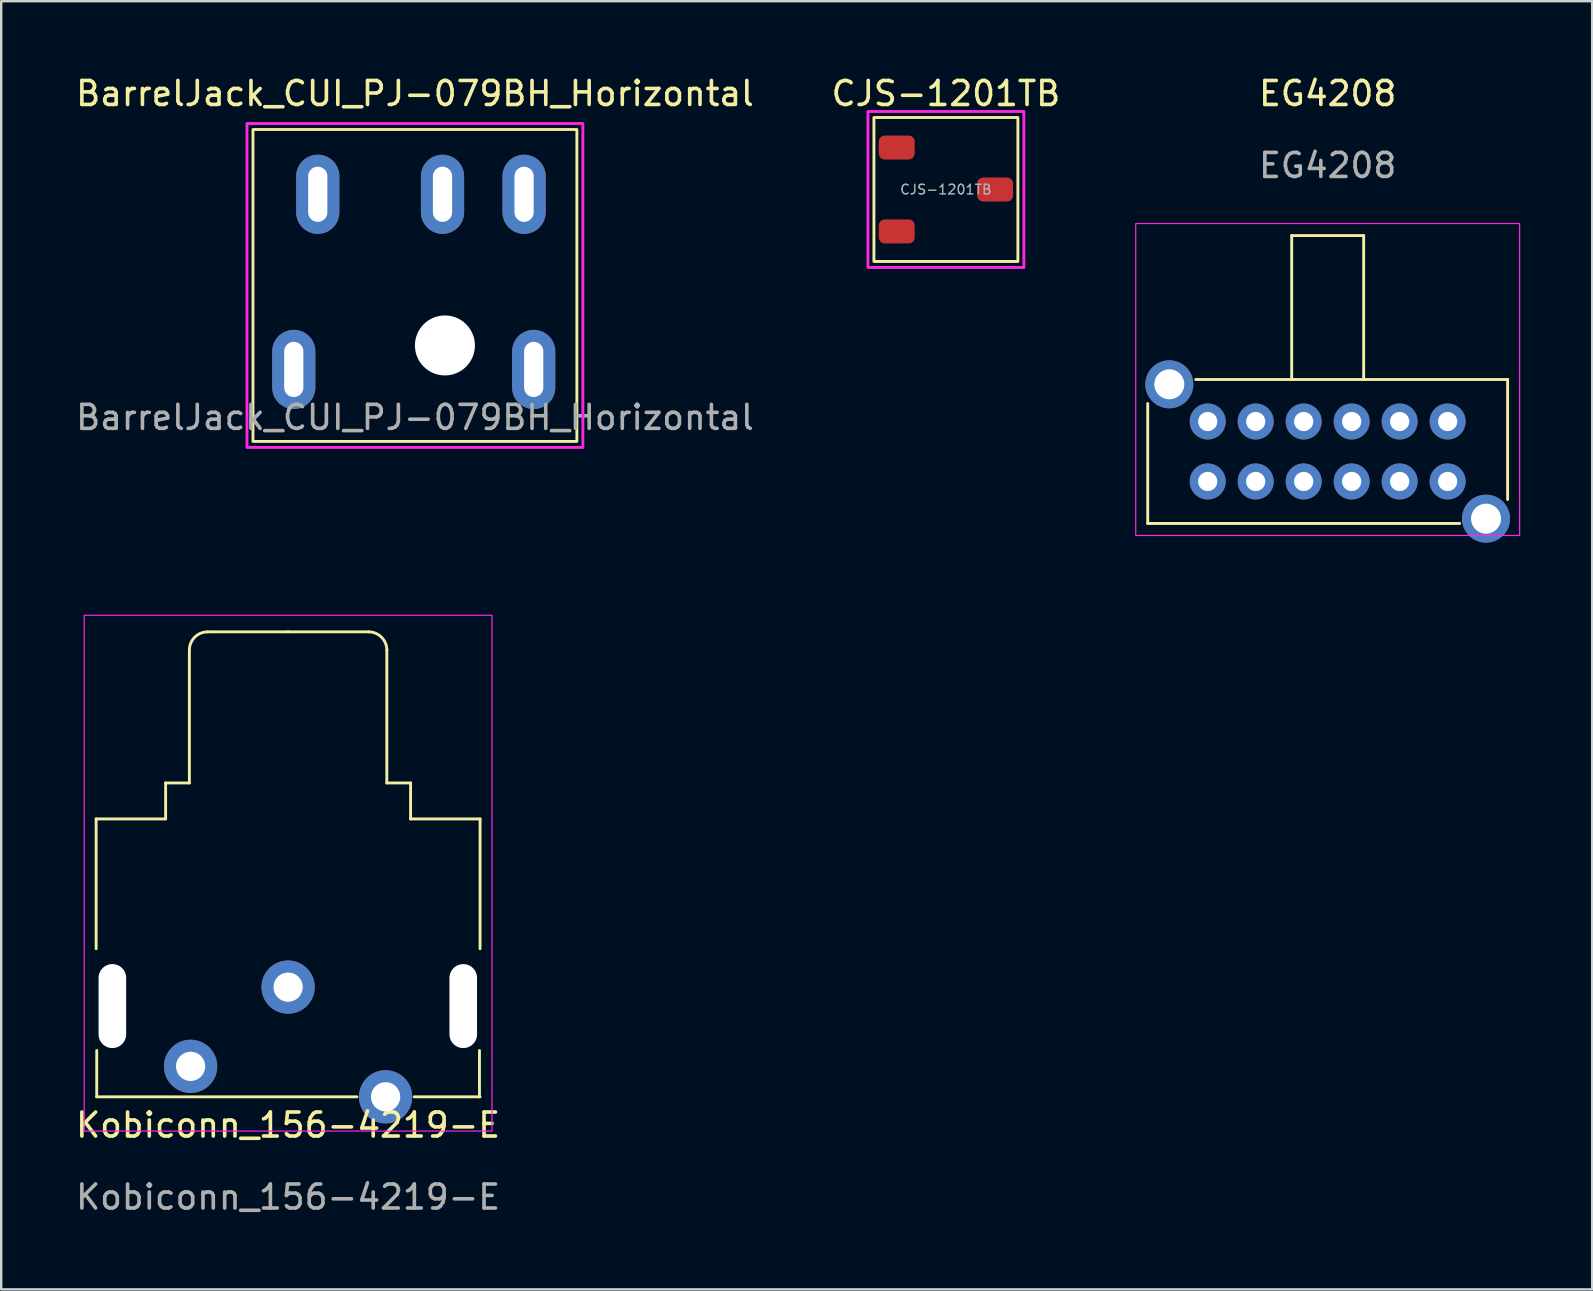
<source format=kicad_pcb>
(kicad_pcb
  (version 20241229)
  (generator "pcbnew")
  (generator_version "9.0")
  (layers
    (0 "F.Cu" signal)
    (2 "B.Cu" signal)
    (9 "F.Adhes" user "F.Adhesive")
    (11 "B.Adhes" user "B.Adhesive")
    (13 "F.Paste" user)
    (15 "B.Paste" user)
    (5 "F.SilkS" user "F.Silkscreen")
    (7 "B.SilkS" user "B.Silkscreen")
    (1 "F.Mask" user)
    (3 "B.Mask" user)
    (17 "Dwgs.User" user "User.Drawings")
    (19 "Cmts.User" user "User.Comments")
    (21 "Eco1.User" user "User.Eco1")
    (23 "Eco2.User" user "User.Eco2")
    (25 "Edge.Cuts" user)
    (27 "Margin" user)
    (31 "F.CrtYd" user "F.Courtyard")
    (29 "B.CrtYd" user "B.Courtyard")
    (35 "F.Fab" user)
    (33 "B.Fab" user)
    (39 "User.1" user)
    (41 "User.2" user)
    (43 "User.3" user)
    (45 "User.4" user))
  (footprint "Kobiconn_156-4219-E"
    (layer "F.Cu")
    (at 8.958 31.083)
    (property "Reference" "Kobiconn_156-4219-E" (at 0 12.76 0) (unlocked yes) (layer "F.SilkS") (effects (font (size 1 1) (thickness 0.15))))
    (attr through_hole)
    (fp_line (start -8.001 0) (end -8.001 5.41) (stroke (width 0.12) (type default)) (layer "F.SilkS"))
    (fp_line (start -7.976 9.652) (end -7.976 11.582) (stroke (width 0.12) (type default)) (layer "F.SilkS"))
    (fp_line (start -7.976 11.582) (end 2.87 11.582) (stroke (width 0.12) (type default)) (layer "F.SilkS"))
    (fp_line (start -5.105 -1.499) (end -5.105 0) (stroke (width 0.12) (type default)) (layer "F.SilkS"))
    (fp_line (start -5.105 0) (end -8.001 0) (stroke (width 0.12) (type default)) (layer "F.SilkS"))
    (fp_line (start -4.115 -7.036) (end -4.115 -1.499) (stroke (width 0.12) (type default)) (layer "F.SilkS"))
    (fp_line (start -4.115 -1.499) (end -5.105 -1.499) (stroke (width 0.12) (type default)) (layer "F.SilkS"))
    (fp_line (start 0 -7.798) (end -3.353 -7.798) (stroke (width 0.12) (type default)) (layer "F.SilkS"))
    (fp_line (start 0 -7.798) (end 3.353 -7.798) (stroke (width 0.12) (type default)) (layer "F.SilkS"))
    (fp_line (start 4.115 -7.036) (end 4.115 -1.499) (stroke (width 0.12) (type default)) (layer "F.SilkS"))
    (fp_line (start 5.105 -1.499) (end 4.115 -1.499) (stroke (width 0.12) (type default)) (layer "F.SilkS"))
    (fp_line (start 5.105 0) (end 5.105 -1.499) (stroke (width 0.12) (type default)) (layer "F.SilkS"))
    (fp_line (start 5.105 0) (end 8.001 0) (stroke (width 0.12) (type default)) (layer "F.SilkS"))
    (fp_line (start 7.976 9.652) (end 7.976 11.582) (stroke (width 0.12) (type default)) (layer "F.SilkS"))
    (fp_line (start 8.001 0) (end 8.001 5.41) (stroke (width 0.12) (type default)) (layer "F.SilkS"))
    (fp_line (start 8.001 11.582) (end 5.258 11.582) (stroke (width 0.12) (type default)) (layer "F.SilkS"))
    (fp_arc (start -4.1148 -7.0358) (mid -3.891615 -7.574615) (end -3.3528 -7.7978) (stroke (width 0.12) (type default)) (layer "F.SilkS"))
    (fp_arc (start 3.3528 -7.7978) (mid 3.891615 -7.574615) (end 4.1148 -7.0358) (stroke (width 0.12) (type default)) (layer "F.SilkS"))
    (fp_rect (start -8.5 -8.49) (end 8.5 13.01) (stroke (width 0.05) (type default)) (fill no) (layer "F.CrtYd"))
    (fp_text user "${REFERENCE}" (at 0 15.76 0) (unlocked yes) (layer "F.Fab") (effects (font (size 1 1) (thickness 0.15))))
    (pad "" np_thru_hole oval (at -7.325 7.8) (size 1.15 3.5) (drill oval 1.15 3.5) (layers "*.Cu" "*.Mask"))
    (pad "" np_thru_hole oval (at 7.3 7.8) (size 1.15 3.5) (drill oval 1.15 3.5) (layers "*.Cu" "*.Mask"))
    (pad "1" thru_hole circle (at 4.064 11.582) (size 2.219 2.219) (drill 1.219) (layers "*.Cu" "*.Mask"))
    (pad "2" thru_hole circle (at -4.064 10.312) (size 2.219 2.219) (drill 1.219) (layers "*.Cu" "*.Mask"))
    (pad "3" thru_hole circle (at 0 7.01) (size 2.219 2.219) (drill 1.219) (layers "*.Cu" "*.Mask")))
  (footprint "CJS-1201TB"
    (layer "F.Cu")
    (at 36.375 4.848)
    (property "Reference" "CJS-1201TB" (at 0 -4 0) (layer "F.SilkS") (effects (font (size 1 1) (thickness 0.15))))
    (attr smd)
    (fp_rect (start -3 -3) (end 3 3) (stroke (width 0.12) (type default)) (fill no) (layer "F.SilkS"))
    (fp_rect (start -3.25 -3.25) (end 3.25 3.25) (stroke (width 0.12) (type default)) (fill no) (layer "F.CrtYd"))
    (fp_text user "${REFERENCE}" (at 0 0 0) (layer "F.Fab") (effects (font (size 0.4 0.4) (thickness 0.06))))
    (pad "1" smd roundrect (at -2.05 -1.75) (size 1.5 1) (layers "F.Cu" "F.Mask" "F.Paste") (roundrect_rratio 0.25))
    (pad "2" smd roundrect (at 2.05 0) (size 1.5 1) (layers "F.Cu" "F.Mask" "F.Paste") (roundrect_rratio 0.25))
    (pad "3" smd roundrect (at -2.05 1.75) (size 1.5 1) (layers "F.Cu" "F.Mask" "F.Paste") (roundrect_rratio 0.25)))
  (footprint "EG4208"
    (layer "F.Cu")
    (at 52.287 15.768)
    (property "Reference" "EG4208" (at 0 -14.92 0) (unlocked yes) (layer "F.SilkS") (effects (font (size 1 1) (thickness 0.15))))
    (attr through_hole)
    (fp_line (start -7.5 3) (end -7.5 -2) (stroke (width 0.12) (type default)) (layer "F.SilkS"))
    (fp_line (start -5.5 -3) (end 7.5 -3) (stroke (width 0.12) (type default)) (layer "F.SilkS"))
    (fp_line (start -1.5 -9) (end 1.5 -9) (stroke (width 0.12) (type default)) (layer "F.SilkS"))
    (fp_line (start -1.5 -3) (end -1.5 -9) (stroke (width 0.12) (type default)) (layer "F.SilkS"))
    (fp_line (start 1.5 -9) (end 1.5 -3) (stroke (width 0.12) (type default)) (layer "F.SilkS"))
    (fp_line (start 5.5 3) (end -7.5 3) (stroke (width 0.12) (type default)) (layer "F.SilkS"))
    (fp_line (start 7.5 -3) (end 7.5 2) (stroke (width 0.12) (type default)) (layer "F.SilkS"))
    (fp_rect (start -8 -9.5) (end 8 3.5) (stroke (width 0.05) (type default)) (fill no) (layer "F.CrtYd"))
    (fp_text user "${REFERENCE}" (at 0 -11.92 0) (unlocked yes) (layer "F.Fab") (effects (font (size 1 1) (thickness 0.15))))
    (pad "1" thru_hole circle (at -5 -1.25) (size 1.5 1.5) (drill 0.8) (layers "*.Cu" "*.Mask"))
    (pad "2" thru_hole circle (at -3 -1.25) (size 1.5 1.5) (drill 0.8) (layers "*.Cu" "*.Mask"))
    (pad "3" thru_hole circle (at -1 -1.25) (size 1.5 1.5) (drill 0.8) (layers "*.Cu" "*.Mask"))
    (pad "4" thru_hole circle (at 1 -1.25) (size 1.5 1.5) (drill 0.8) (layers "*.Cu" "*.Mask"))
    (pad "5" thru_hole circle (at 3 -1.25) (size 1.5 1.5) (drill 0.8) (layers "*.Cu" "*.Mask"))
    (pad "6" thru_hole circle (at 5 -1.25) (size 1.5 1.5) (drill 0.8) (layers "*.Cu" "*.Mask"))
    (pad "7" thru_hole circle (at -5 1.25) (size 1.5 1.5) (drill 0.8) (layers "*.Cu" "*.Mask"))
    (pad "8" thru_hole circle (at -3 1.25) (size 1.5 1.5) (drill 0.8) (layers "*.Cu" "*.Mask"))
    (pad "9" thru_hole circle (at -1 1.25) (size 1.5 1.5) (drill 0.8) (layers "*.Cu" "*.Mask"))
    (pad "10" thru_hole circle (at 1 1.25) (size 1.5 1.5) (drill 0.8) (layers "*.Cu" "*.Mask"))
    (pad "11" thru_hole circle (at 3 1.25) (size 1.5 1.5) (drill 0.8) (layers "*.Cu" "*.Mask"))
    (pad "12" thru_hole circle (at 5 1.25) (size 1.5 1.5) (drill 0.8) (layers "*.Cu" "*.Mask"))
    (pad "G" thru_hole circle (at -6.6 -2.8) (size 2 2) (drill 1.25) (layers "*.Cu" "*.Mask"))
    (pad "G" thru_hole circle (at 6.6 2.8) (size 2 2) (drill 1.25) (layers "*.Cu" "*.Mask")))
  (footprint "BarrelJack_CUI_PJ-079BH_Horizontal"
    (layer "F.Cu")
    (at 14.244 8.848)
    (property "Reference" "BarrelJack_CUI_PJ-079BH_Horizontal" (at 0 -8 0) (layer "F.SilkS") (effects (font (size 1 1) (thickness 0.15))))
    (attr through_hole)
    (fp_rect (start -6.75 6.5) (end 6.75 -6.5) (stroke (width 0.12) (type default)) (fill no) (layer "F.SilkS"))
    (fp_rect (start -7 -6.75) (end 7 6.75) (stroke (width 0.12) (type default)) (fill no) (layer "F.CrtYd"))
    (fp_text user "${REFERENCE}" (at 0 5.5 0) (layer "F.Fab") (effects (font (size 1 1) (thickness 0.15))))
    (pad "" np_thru_hole circle (at 1.25 2.5) (size 2.5 2.5) (drill 2.5) (layers "*.Cu" "*.Mask"))
    (pad "1" thru_hole oval (at 4.55 -3.8) (size 1.8 3.3) (drill oval 0.8 2.3) (layers "*.Cu" "*.Mask"))
    (pad "2" thru_hole oval (at -5.05 3.5) (size 1.8 3.3) (drill oval 0.8 2.3) (layers "*.Cu" "*.Mask"))
    (pad "2" thru_hole oval (at 1.15 -3.8) (size 1.8 3.3) (drill oval 0.8 2.3) (layers "*.Cu" "*.Mask"))
    (pad "2" thru_hole oval (at 4.95 3.5) (size 1.8 3.3) (drill oval 0.8 2.3) (layers "*.Cu" "*.Mask"))
    (pad "3" thru_hole oval (at -4.05 -3.8) (size 1.8 3.3) (drill oval 0.8 2.3) (layers "*.Cu" "*.Mask")))
  (gr_rect
    (start -3 -3)
    (end 63.312 50.691)
    (stroke (width 0.1) (type default))
    (fill no)
    (layer "Edge.Cuts")))
</source>
